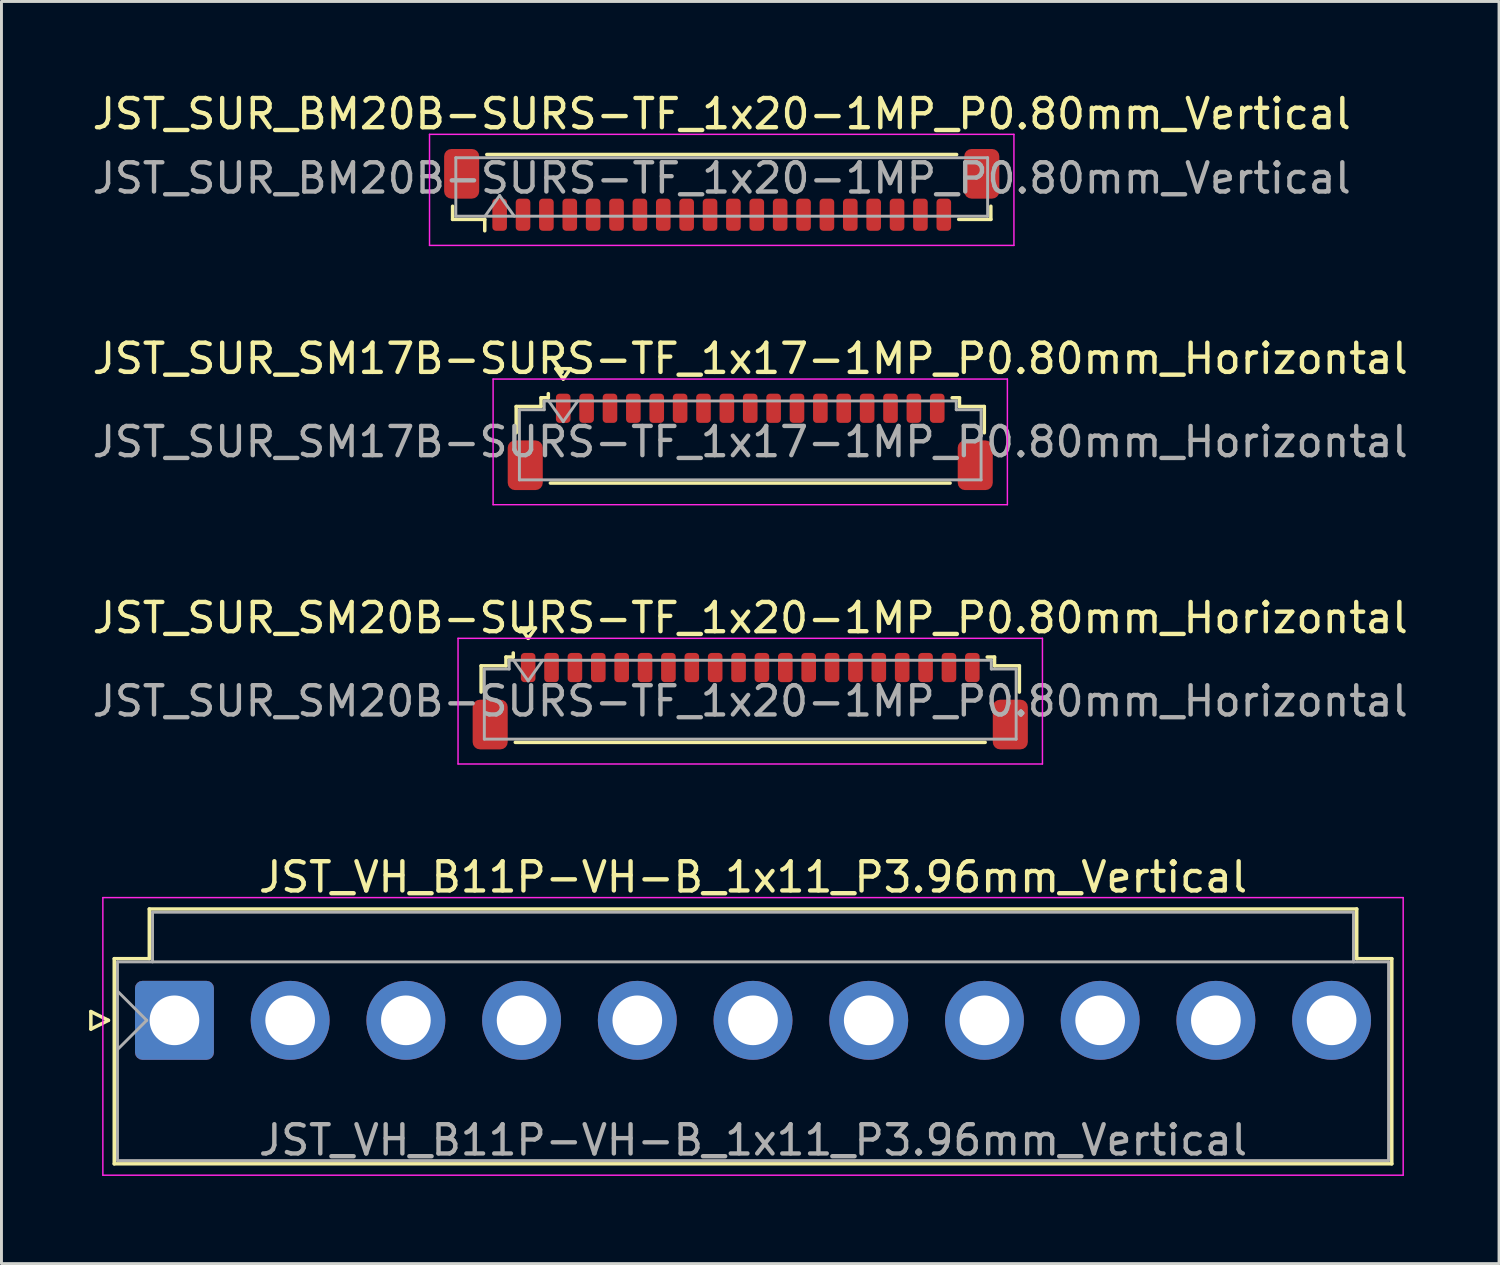
<source format=kicad_pcb>
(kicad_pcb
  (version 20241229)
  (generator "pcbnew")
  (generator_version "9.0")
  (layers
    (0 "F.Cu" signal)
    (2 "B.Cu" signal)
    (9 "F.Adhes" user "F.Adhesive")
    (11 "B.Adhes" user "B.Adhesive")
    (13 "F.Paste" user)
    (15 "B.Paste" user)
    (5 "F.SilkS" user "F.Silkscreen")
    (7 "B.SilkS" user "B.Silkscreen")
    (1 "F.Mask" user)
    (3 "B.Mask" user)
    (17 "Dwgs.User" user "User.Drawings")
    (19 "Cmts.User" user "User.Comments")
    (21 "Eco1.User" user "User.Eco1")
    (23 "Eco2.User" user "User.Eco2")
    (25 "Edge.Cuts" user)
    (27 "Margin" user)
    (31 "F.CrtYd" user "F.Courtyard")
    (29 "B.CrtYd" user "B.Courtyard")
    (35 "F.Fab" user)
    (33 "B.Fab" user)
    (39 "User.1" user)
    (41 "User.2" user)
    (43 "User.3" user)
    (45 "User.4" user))
  (footprint "JST_SUR_BM20B-SURS-TF_1x20-1MP_P0.80mm_Vertical"
    (layer "F.Cu")
    (at 21.649 3.448)
    (property "Reference" "JST_SUR_BM20B-SURS-TF_1x20-1MP_P0.80mm_Vertical" (at 0 -2.6 0) (layer "F.SilkS") (effects (font (size 1 1) (thickness 0.15))))
    (attr smd)
    (fp_line (start -9.21 0.56) (end -9.21 1.01) (stroke (width 0.12) (type solid)) (layer "F.SilkS"))
    (fp_line (start -9.21 1.01) (end -8.11 1.01) (stroke (width 0.12) (type solid)) (layer "F.SilkS"))
    (fp_line (start -8.11 1.01) (end -8.11 1.4) (stroke (width 0.12) (type solid)) (layer "F.SilkS"))
    (fp_line (start -8.04 -1.21) (end 8.04 -1.21) (stroke (width 0.12) (type solid)) (layer "F.SilkS"))
    (fp_line (start 9.21 0.56) (end 9.21 1.01) (stroke (width 0.12) (type solid)) (layer "F.SilkS"))
    (fp_line (start 9.21 1.01) (end 8.11 1.01) (stroke (width 0.12) (type solid)) (layer "F.SilkS"))
    (fp_line (start -10 -1.9) (end -10 1.9) (stroke (width 0.05) (type solid)) (layer "F.CrtYd"))
    (fp_line (start -10 1.9) (end 10 1.9) (stroke (width 0.05) (type solid)) (layer "F.CrtYd"))
    (fp_line (start 10 -1.9) (end -10 -1.9) (stroke (width 0.05) (type solid)) (layer "F.CrtYd"))
    (fp_line (start 10 1.9) (end 10 -1.9) (stroke (width 0.05) (type solid)) (layer "F.CrtYd"))
    (fp_line (start -9.1 -1.1) (end 9.1 -1.1) (stroke (width 0.1) (type solid)) (layer "F.Fab"))
    (fp_line (start -9.1 0.9) (end -9.1 -1.1) (stroke (width 0.1) (type solid)) (layer "F.Fab"))
    (fp_line (start -9.1 0.9) (end 9.1 0.9) (stroke (width 0.1) (type solid)) (layer "F.Fab"))
    (fp_line (start -8.1 0.9) (end -7.6 0.193) (stroke (width 0.1) (type solid)) (layer "F.Fab"))
    (fp_line (start -7.6 0.193) (end -7.1 0.9) (stroke (width 0.1) (type solid)) (layer "F.Fab"))
    (fp_line (start 9.1 0.9) (end 9.1 -1.1) (stroke (width 0.1) (type solid)) (layer "F.Fab"))
    (fp_text user "${REFERENCE}" (at 0 -0.4 0) (layer "F.Fab") (effects (font (size 1 1) (thickness 0.15))))
    (pad "1" smd roundrect (at -7.6 0.85) (size 0.5 1.1) (layers "F.Cu" "F.Mask" "F.Paste") (roundrect_rratio 0.25))
    (pad "2" smd roundrect (at -6.8 0.85) (size 0.5 1.1) (layers "F.Cu" "F.Mask" "F.Paste") (roundrect_rratio 0.25))
    (pad "3" smd roundrect (at -6 0.85) (size 0.5 1.1) (layers "F.Cu" "F.Mask" "F.Paste") (roundrect_rratio 0.25))
    (pad "4" smd roundrect (at -5.2 0.85) (size 0.5 1.1) (layers "F.Cu" "F.Mask" "F.Paste") (roundrect_rratio 0.25))
    (pad "5" smd roundrect (at -4.4 0.85) (size 0.5 1.1) (layers "F.Cu" "F.Mask" "F.Paste") (roundrect_rratio 0.25))
    (pad "6" smd roundrect (at -3.6 0.85) (size 0.5 1.1) (layers "F.Cu" "F.Mask" "F.Paste") (roundrect_rratio 0.25))
    (pad "7" smd roundrect (at -2.8 0.85) (size 0.5 1.1) (layers "F.Cu" "F.Mask" "F.Paste") (roundrect_rratio 0.25))
    (pad "8" smd roundrect (at -2 0.85) (size 0.5 1.1) (layers "F.Cu" "F.Mask" "F.Paste") (roundrect_rratio 0.25))
    (pad "9" smd roundrect (at -1.2 0.85) (size 0.5 1.1) (layers "F.Cu" "F.Mask" "F.Paste") (roundrect_rratio 0.25))
    (pad "10" smd roundrect (at -0.4 0.85) (size 0.5 1.1) (layers "F.Cu" "F.Mask" "F.Paste") (roundrect_rratio 0.25))
    (pad "11" smd roundrect (at 0.4 0.85) (size 0.5 1.1) (layers "F.Cu" "F.Mask" "F.Paste") (roundrect_rratio 0.25))
    (pad "12" smd roundrect (at 1.2 0.85) (size 0.5 1.1) (layers "F.Cu" "F.Mask" "F.Paste") (roundrect_rratio 0.25))
    (pad "13" smd roundrect (at 2 0.85) (size 0.5 1.1) (layers "F.Cu" "F.Mask" "F.Paste") (roundrect_rratio 0.25))
    (pad "14" smd roundrect (at 2.8 0.85) (size 0.5 1.1) (layers "F.Cu" "F.Mask" "F.Paste") (roundrect_rratio 0.25))
    (pad "15" smd roundrect (at 3.6 0.85) (size 0.5 1.1) (layers "F.Cu" "F.Mask" "F.Paste") (roundrect_rratio 0.25))
    (pad "16" smd roundrect (at 4.4 0.85) (size 0.5 1.1) (layers "F.Cu" "F.Mask" "F.Paste") (roundrect_rratio 0.25))
    (pad "17" smd roundrect (at 5.2 0.85) (size 0.5 1.1) (layers "F.Cu" "F.Mask" "F.Paste") (roundrect_rratio 0.25))
    (pad "18" smd roundrect (at 6 0.85) (size 0.5 1.1) (layers "F.Cu" "F.Mask" "F.Paste") (roundrect_rratio 0.25))
    (pad "19" smd roundrect (at 6.8 0.85) (size 0.5 1.1) (layers "F.Cu" "F.Mask" "F.Paste") (roundrect_rratio 0.25))
    (pad "20" smd roundrect (at 7.6 0.85) (size 0.5 1.1) (layers "F.Cu" "F.Mask" "F.Paste") (roundrect_rratio 0.25))
    (pad "MP" smd roundrect (at -8.9 -0.55) (size 1.2 1.7) (layers "F.Cu" "F.Mask" "F.Paste") (roundrect_rratio 0.208))
    (pad "MP" smd roundrect (at 8.9 -0.55) (size 1.2 1.7) (layers "F.Cu" "F.Mask" "F.Paste") (roundrect_rratio 0.208)))
  (footprint "JST_VH_B11P-VH-B_1x11_P3.96mm_Vertical"
    (layer "F.Cu")
    (at 2.92 31.868)
    (property "Reference" "JST_VH_B11P-VH-B_1x11_P3.96mm_Vertical" (at 19.8 -4.9 0) (layer "F.SilkS") (effects (font (size 1 1) (thickness 0.15))))
    (attr through_hole)
    (fp_line (start -2.86 -0.3) (end -2.26 0) (stroke (width 0.12) (type solid)) (layer "F.SilkS"))
    (fp_line (start -2.86 0.3) (end -2.86 -0.3) (stroke (width 0.12) (type solid)) (layer "F.SilkS"))
    (fp_line (start -2.26 0) (end -2.86 0.3) (stroke (width 0.12) (type solid)) (layer "F.SilkS"))
    (fp_line (start -2.06 -2.11) (end -0.86 -2.11) (stroke (width 0.12) (type solid)) (layer "F.SilkS"))
    (fp_line (start -2.06 4.91) (end -2.06 -2.11) (stroke (width 0.12) (type solid)) (layer "F.SilkS"))
    (fp_line (start -0.86 -3.81) (end 40.46 -3.81) (stroke (width 0.12) (type solid)) (layer "F.SilkS"))
    (fp_line (start -0.86 -2.11) (end -0.86 -3.81) (stroke (width 0.12) (type solid)) (layer "F.SilkS"))
    (fp_line (start 40.46 -3.81) (end 40.46 -2.11) (stroke (width 0.12) (type solid)) (layer "F.SilkS"))
    (fp_line (start 40.46 -2.11) (end 41.66 -2.11) (stroke (width 0.12) (type solid)) (layer "F.SilkS"))
    (fp_line (start 41.66 -2.11) (end 41.66 4.91) (stroke (width 0.12) (type solid)) (layer "F.SilkS"))
    (fp_line (start 41.66 4.91) (end -2.06 4.91) (stroke (width 0.12) (type solid)) (layer "F.SilkS"))
    (fp_line (start -2.45 -4.2) (end -2.45 5.3) (stroke (width 0.05) (type solid)) (layer "F.CrtYd"))
    (fp_line (start -2.45 5.3) (end 42.05 5.3) (stroke (width 0.05) (type solid)) (layer "F.CrtYd"))
    (fp_line (start 42.05 -4.2) (end -2.45 -4.2) (stroke (width 0.05) (type solid)) (layer "F.CrtYd"))
    (fp_line (start 42.05 5.3) (end 42.05 -4.2) (stroke (width 0.05) (type solid)) (layer "F.CrtYd"))
    (fp_line (start -1.95 -2) (end -1.95 4.8) (stroke (width 0.1) (type solid)) (layer "F.Fab"))
    (fp_line (start -1.95 -1) (end -0.95 0) (stroke (width 0.1) (type solid)) (layer "F.Fab"))
    (fp_line (start -1.95 1) (end -0.95 0) (stroke (width 0.1) (type solid)) (layer "F.Fab"))
    (fp_line (start -1.95 4.8) (end 41.55 4.8) (stroke (width 0.1) (type solid)) (layer "F.Fab"))
    (fp_line (start -0.75 -3.7) (end 40.35 -3.7) (stroke (width 0.1) (type solid)) (layer "F.Fab"))
    (fp_line (start -0.75 -2) (end -0.75 -3.7) (stroke (width 0.1) (type solid)) (layer "F.Fab"))
    (fp_line (start 40.35 -3.7) (end 40.35 -2) (stroke (width 0.1) (type solid)) (layer "F.Fab"))
    (fp_line (start 41.55 -2) (end -1.95 -2) (stroke (width 0.1) (type solid)) (layer "F.Fab"))
    (fp_line (start 41.55 4.8) (end 41.55 -2) (stroke (width 0.1) (type solid)) (layer "F.Fab"))
    (fp_text user "${REFERENCE}" (at 19.8 4.1 0) (layer "F.Fab") (effects (font (size 1 1) (thickness 0.15))))
    (pad "1" thru_hole roundrect (at 0 0) (size 2.7 2.7) (drill 1.7) (layers "*.Cu" "*.Mask") (roundrect_rratio 0.093))
    (pad "2" thru_hole circle (at 3.96 0) (size 2.7 2.7) (drill 1.7) (layers "*.Cu" "*.Mask"))
    (pad "3" thru_hole circle (at 7.92 0) (size 2.7 2.7) (drill 1.7) (layers "*.Cu" "*.Mask"))
    (pad "4" thru_hole circle (at 11.88 0) (size 2.7 2.7) (drill 1.7) (layers "*.Cu" "*.Mask"))
    (pad "5" thru_hole circle (at 15.84 0) (size 2.7 2.7) (drill 1.7) (layers "*.Cu" "*.Mask"))
    (pad "6" thru_hole circle (at 19.8 0) (size 2.7 2.7) (drill 1.7) (layers "*.Cu" "*.Mask"))
    (pad "7" thru_hole circle (at 23.76 0) (size 2.7 2.7) (drill 1.7) (layers "*.Cu" "*.Mask"))
    (pad "8" thru_hole circle (at 27.72 0) (size 2.7 2.7) (drill 1.7) (layers "*.Cu" "*.Mask"))
    (pad "9" thru_hole circle (at 31.68 0) (size 2.7 2.7) (drill 1.7) (layers "*.Cu" "*.Mask"))
    (pad "10" thru_hole circle (at 35.64 0) (size 2.7 2.7) (drill 1.7) (layers "*.Cu" "*.Mask"))
    (pad "11" thru_hole circle (at 39.6 0) (size 2.7 2.7) (drill 1.7) (layers "*.Cu" "*.Mask")))
  (footprint "JST_SUR_SM17B-SURS-TF_1x17-1MP_P0.80mm_Horizontal"
    (layer "F.Cu")
    (at 22.625 12.072)
    (property "Reference" "JST_SUR_SM17B-SURS-TF_1x17-1MP_P0.80mm_Horizontal" (at 0 -2.85 0) (layer "F.SilkS") (effects (font (size 1 1) (thickness 0.15))))
    (attr smd)
    (fp_line (start -8.01 -1.21) (end -7.16 -1.21) (stroke (width 0.12) (type solid)) (layer "F.SilkS"))
    (fp_line (start -8.01 -0.31) (end -8.01 -1.21) (stroke (width 0.12) (type solid)) (layer "F.SilkS"))
    (fp_line (start -7.16 -1.51) (end -6.91 -1.51) (stroke (width 0.12) (type solid)) (layer "F.SilkS"))
    (fp_line (start -7.16 -1.21) (end -7.16 -1.51) (stroke (width 0.12) (type solid)) (layer "F.SilkS"))
    (fp_line (start -6.91 -1.51) (end -6.91 -1.65) (stroke (width 0.12) (type solid)) (layer "F.SilkS"))
    (fp_line (start -6.84 1.41) (end 6.84 1.41) (stroke (width 0.12) (type solid)) (layer "F.SilkS"))
    (fp_line (start -6.65 -2.504) (end -6.4 -2.15) (stroke (width 0.12) (type solid)) (layer "F.SilkS"))
    (fp_line (start -6.4 -2.15) (end -6.15 -2.504) (stroke (width 0.12) (type solid)) (layer "F.SilkS"))
    (fp_line (start -6.15 -2.504) (end -6.65 -2.504) (stroke (width 0.12) (type solid)) (layer "F.SilkS"))
    (fp_line (start 7.16 -1.51) (end 6.91 -1.51) (stroke (width 0.12) (type solid)) (layer "F.SilkS"))
    (fp_line (start 7.16 -1.21) (end 7.16 -1.51) (stroke (width 0.12) (type solid)) (layer "F.SilkS"))
    (fp_line (start 8.01 -1.21) (end 7.16 -1.21) (stroke (width 0.12) (type solid)) (layer "F.SilkS"))
    (fp_line (start 8.01 -0.31) (end 8.01 -1.21) (stroke (width 0.12) (type solid)) (layer "F.SilkS"))
    (fp_line (start -8.8 -2.15) (end -8.8 2.15) (stroke (width 0.05) (type solid)) (layer "F.CrtYd"))
    (fp_line (start -8.8 2.15) (end 8.8 2.15) (stroke (width 0.05) (type solid)) (layer "F.CrtYd"))
    (fp_line (start 8.8 -2.15) (end -8.8 -2.15) (stroke (width 0.05) (type solid)) (layer "F.CrtYd"))
    (fp_line (start 8.8 2.15) (end 8.8 -2.15) (stroke (width 0.05) (type solid)) (layer "F.CrtYd"))
    (fp_line (start -7.9 -1.1) (end -7.9 1.3) (stroke (width 0.1) (type solid)) (layer "F.Fab"))
    (fp_line (start -7.9 -1.1) (end -7.05 -1.1) (stroke (width 0.1) (type solid)) (layer "F.Fab"))
    (fp_line (start -7.9 1.3) (end 7.9 1.3) (stroke (width 0.1) (type solid)) (layer "F.Fab"))
    (fp_line (start -7.05 -1.4) (end 7.05 -1.4) (stroke (width 0.1) (type solid)) (layer "F.Fab"))
    (fp_line (start -7.05 -1.1) (end -7.05 -1.4) (stroke (width 0.1) (type solid)) (layer "F.Fab"))
    (fp_line (start -6.9 -1.4) (end -6.4 -0.693) (stroke (width 0.1) (type solid)) (layer "F.Fab"))
    (fp_line (start -6.4 -0.693) (end -5.9 -1.4) (stroke (width 0.1) (type solid)) (layer "F.Fab"))
    (fp_line (start 7.05 -1.4) (end 7.05 -1.1) (stroke (width 0.1) (type solid)) (layer "F.Fab"))
    (fp_line (start 7.05 -1.1) (end 7.9 -1.1) (stroke (width 0.1) (type solid)) (layer "F.Fab"))
    (fp_line (start 7.9 -1.1) (end 7.9 1.3) (stroke (width 0.1) (type solid)) (layer "F.Fab"))
    (fp_text user "${REFERENCE}" (at 0 0 0) (layer "F.Fab") (effects (font (size 1 1) (thickness 0.15))))
    (pad "1" smd roundrect (at -6.4 -1.15) (size 0.5 1) (layers "F.Cu" "F.Mask" "F.Paste") (roundrect_rratio 0.25))
    (pad "2" smd roundrect (at -5.6 -1.15) (size 0.5 1) (layers "F.Cu" "F.Mask" "F.Paste") (roundrect_rratio 0.25))
    (pad "3" smd roundrect (at -4.8 -1.15) (size 0.5 1) (layers "F.Cu" "F.Mask" "F.Paste") (roundrect_rratio 0.25))
    (pad "4" smd roundrect (at -4 -1.15) (size 0.5 1) (layers "F.Cu" "F.Mask" "F.Paste") (roundrect_rratio 0.25))
    (pad "5" smd roundrect (at -3.2 -1.15) (size 0.5 1) (layers "F.Cu" "F.Mask" "F.Paste") (roundrect_rratio 0.25))
    (pad "6" smd roundrect (at -2.4 -1.15) (size 0.5 1) (layers "F.Cu" "F.Mask" "F.Paste") (roundrect_rratio 0.25))
    (pad "7" smd roundrect (at -1.6 -1.15) (size 0.5 1) (layers "F.Cu" "F.Mask" "F.Paste") (roundrect_rratio 0.25))
    (pad "8" smd roundrect (at -0.8 -1.15) (size 0.5 1) (layers "F.Cu" "F.Mask" "F.Paste") (roundrect_rratio 0.25))
    (pad "9" smd roundrect (at 0 -1.15) (size 0.5 1) (layers "F.Cu" "F.Mask" "F.Paste") (roundrect_rratio 0.25))
    (pad "10" smd roundrect (at 0.8 -1.15) (size 0.5 1) (layers "F.Cu" "F.Mask" "F.Paste") (roundrect_rratio 0.25))
    (pad "11" smd roundrect (at 1.6 -1.15) (size 0.5 1) (layers "F.Cu" "F.Mask" "F.Paste") (roundrect_rratio 0.25))
    (pad "12" smd roundrect (at 2.4 -1.15) (size 0.5 1) (layers "F.Cu" "F.Mask" "F.Paste") (roundrect_rratio 0.25))
    (pad "13" smd roundrect (at 3.2 -1.15) (size 0.5 1) (layers "F.Cu" "F.Mask" "F.Paste") (roundrect_rratio 0.25))
    (pad "14" smd roundrect (at 4 -1.15) (size 0.5 1) (layers "F.Cu" "F.Mask" "F.Paste") (roundrect_rratio 0.25))
    (pad "15" smd roundrect (at 4.8 -1.15) (size 0.5 1) (layers "F.Cu" "F.Mask" "F.Paste") (roundrect_rratio 0.25))
    (pad "16" smd roundrect (at 5.6 -1.15) (size 0.5 1) (layers "F.Cu" "F.Mask" "F.Paste") (roundrect_rratio 0.25))
    (pad "17" smd roundrect (at 6.4 -1.15) (size 0.5 1) (layers "F.Cu" "F.Mask" "F.Paste") (roundrect_rratio 0.25))
    (pad "MP" smd roundrect (at -7.7 0.8) (size 1.2 1.7) (layers "F.Cu" "F.Mask" "F.Paste") (roundrect_rratio 0.208))
    (pad "MP" smd roundrect (at 7.7 0.8) (size 1.2 1.7) (layers "F.Cu" "F.Mask" "F.Paste") (roundrect_rratio 0.208)))
  (footprint "JST_SUR_SM20B-SURS-TF_1x20-1MP_P0.80mm_Horizontal"
    (layer "F.Cu")
    (at 22.625 20.945)
    (property "Reference" "JST_SUR_SM20B-SURS-TF_1x20-1MP_P0.80mm_Horizontal" (at 0 -2.85 0) (layer "F.SilkS") (effects (font (size 1 1) (thickness 0.15))))
    (attr smd)
    (fp_line (start -9.21 -1.21) (end -8.36 -1.21) (stroke (width 0.12) (type solid)) (layer "F.SilkS"))
    (fp_line (start -9.21 -0.31) (end -9.21 -1.21) (stroke (width 0.12) (type solid)) (layer "F.SilkS"))
    (fp_line (start -8.36 -1.51) (end -8.11 -1.51) (stroke (width 0.12) (type solid)) (layer "F.SilkS"))
    (fp_line (start -8.36 -1.21) (end -8.36 -1.51) (stroke (width 0.12) (type solid)) (layer "F.SilkS"))
    (fp_line (start -8.11 -1.51) (end -8.11 -1.65) (stroke (width 0.12) (type solid)) (layer "F.SilkS"))
    (fp_line (start -8.04 1.41) (end 8.04 1.41) (stroke (width 0.12) (type solid)) (layer "F.SilkS"))
    (fp_line (start -7.85 -2.504) (end -7.6 -2.15) (stroke (width 0.12) (type solid)) (layer "F.SilkS"))
    (fp_line (start -7.6 -2.15) (end -7.35 -2.504) (stroke (width 0.12) (type solid)) (layer "F.SilkS"))
    (fp_line (start -7.35 -2.504) (end -7.85 -2.504) (stroke (width 0.12) (type solid)) (layer "F.SilkS"))
    (fp_line (start 8.36 -1.51) (end 8.11 -1.51) (stroke (width 0.12) (type solid)) (layer "F.SilkS"))
    (fp_line (start 8.36 -1.21) (end 8.36 -1.51) (stroke (width 0.12) (type solid)) (layer "F.SilkS"))
    (fp_line (start 9.21 -1.21) (end 8.36 -1.21) (stroke (width 0.12) (type solid)) (layer "F.SilkS"))
    (fp_line (start 9.21 -0.31) (end 9.21 -1.21) (stroke (width 0.12) (type solid)) (layer "F.SilkS"))
    (fp_line (start -10 -2.15) (end -10 2.15) (stroke (width 0.05) (type solid)) (layer "F.CrtYd"))
    (fp_line (start -10 2.15) (end 10 2.15) (stroke (width 0.05) (type solid)) (layer "F.CrtYd"))
    (fp_line (start 10 -2.15) (end -10 -2.15) (stroke (width 0.05) (type solid)) (layer "F.CrtYd"))
    (fp_line (start 10 2.15) (end 10 -2.15) (stroke (width 0.05) (type solid)) (layer "F.CrtYd"))
    (fp_line (start -9.1 -1.1) (end -9.1 1.3) (stroke (width 0.1) (type solid)) (layer "F.Fab"))
    (fp_line (start -9.1 -1.1) (end -8.25 -1.1) (stroke (width 0.1) (type solid)) (layer "F.Fab"))
    (fp_line (start -9.1 1.3) (end 9.1 1.3) (stroke (width 0.1) (type solid)) (layer "F.Fab"))
    (fp_line (start -8.25 -1.4) (end 8.25 -1.4) (stroke (width 0.1) (type solid)) (layer "F.Fab"))
    (fp_line (start -8.25 -1.1) (end -8.25 -1.4) (stroke (width 0.1) (type solid)) (layer "F.Fab"))
    (fp_line (start -8.1 -1.4) (end -7.6 -0.693) (stroke (width 0.1) (type solid)) (layer "F.Fab"))
    (fp_line (start -7.6 -0.693) (end -7.1 -1.4) (stroke (width 0.1) (type solid)) (layer "F.Fab"))
    (fp_line (start 8.25 -1.4) (end 8.25 -1.1) (stroke (width 0.1) (type solid)) (layer "F.Fab"))
    (fp_line (start 8.25 -1.1) (end 9.1 -1.1) (stroke (width 0.1) (type solid)) (layer "F.Fab"))
    (fp_line (start 9.1 -1.1) (end 9.1 1.3) (stroke (width 0.1) (type solid)) (layer "F.Fab"))
    (fp_text user "${REFERENCE}" (at 0 0 0) (layer "F.Fab") (effects (font (size 1 1) (thickness 0.15))))
    (pad "1" smd roundrect (at -7.6 -1.15) (size 0.5 1) (layers "F.Cu" "F.Mask" "F.Paste") (roundrect_rratio 0.25))
    (pad "2" smd roundrect (at -6.8 -1.15) (size 0.5 1) (layers "F.Cu" "F.Mask" "F.Paste") (roundrect_rratio 0.25))
    (pad "3" smd roundrect (at -6 -1.15) (size 0.5 1) (layers "F.Cu" "F.Mask" "F.Paste") (roundrect_rratio 0.25))
    (pad "4" smd roundrect (at -5.2 -1.15) (size 0.5 1) (layers "F.Cu" "F.Mask" "F.Paste") (roundrect_rratio 0.25))
    (pad "5" smd roundrect (at -4.4 -1.15) (size 0.5 1) (layers "F.Cu" "F.Mask" "F.Paste") (roundrect_rratio 0.25))
    (pad "6" smd roundrect (at -3.6 -1.15) (size 0.5 1) (layers "F.Cu" "F.Mask" "F.Paste") (roundrect_rratio 0.25))
    (pad "7" smd roundrect (at -2.8 -1.15) (size 0.5 1) (layers "F.Cu" "F.Mask" "F.Paste") (roundrect_rratio 0.25))
    (pad "8" smd roundrect (at -2 -1.15) (size 0.5 1) (layers "F.Cu" "F.Mask" "F.Paste") (roundrect_rratio 0.25))
    (pad "9" smd roundrect (at -1.2 -1.15) (size 0.5 1) (layers "F.Cu" "F.Mask" "F.Paste") (roundrect_rratio 0.25))
    (pad "10" smd roundrect (at -0.4 -1.15) (size 0.5 1) (layers "F.Cu" "F.Mask" "F.Paste") (roundrect_rratio 0.25))
    (pad "11" smd roundrect (at 0.4 -1.15) (size 0.5 1) (layers "F.Cu" "F.Mask" "F.Paste") (roundrect_rratio 0.25))
    (pad "12" smd roundrect (at 1.2 -1.15) (size 0.5 1) (layers "F.Cu" "F.Mask" "F.Paste") (roundrect_rratio 0.25))
    (pad "13" smd roundrect (at 2 -1.15) (size 0.5 1) (layers "F.Cu" "F.Mask" "F.Paste") (roundrect_rratio 0.25))
    (pad "14" smd roundrect (at 2.8 -1.15) (size 0.5 1) (layers "F.Cu" "F.Mask" "F.Paste") (roundrect_rratio 0.25))
    (pad "15" smd roundrect (at 3.6 -1.15) (size 0.5 1) (layers "F.Cu" "F.Mask" "F.Paste") (roundrect_rratio 0.25))
    (pad "16" smd roundrect (at 4.4 -1.15) (size 0.5 1) (layers "F.Cu" "F.Mask" "F.Paste") (roundrect_rratio 0.25))
    (pad "17" smd roundrect (at 5.2 -1.15) (size 0.5 1) (layers "F.Cu" "F.Mask" "F.Paste") (roundrect_rratio 0.25))
    (pad "18" smd roundrect (at 6 -1.15) (size 0.5 1) (layers "F.Cu" "F.Mask" "F.Paste") (roundrect_rratio 0.25))
    (pad "19" smd roundrect (at 6.8 -1.15) (size 0.5 1) (layers "F.Cu" "F.Mask" "F.Paste") (roundrect_rratio 0.25))
    (pad "20" smd roundrect (at 7.6 -1.15) (size 0.5 1) (layers "F.Cu" "F.Mask" "F.Paste") (roundrect_rratio 0.25))
    (pad "MP" smd roundrect (at -8.9 0.8) (size 1.2 1.7) (layers "F.Cu" "F.Mask" "F.Paste") (roundrect_rratio 0.208))
    (pad "MP" smd roundrect (at 8.9 0.8) (size 1.2 1.7) (layers "F.Cu" "F.Mask" "F.Paste") (roundrect_rratio 0.208)))
  (gr_rect
    (start -3 -3)
    (end 48.25 40.193)
    (stroke (width 0.1) (type default))
    (fill no)
    (layer "Edge.Cuts")))
</source>
